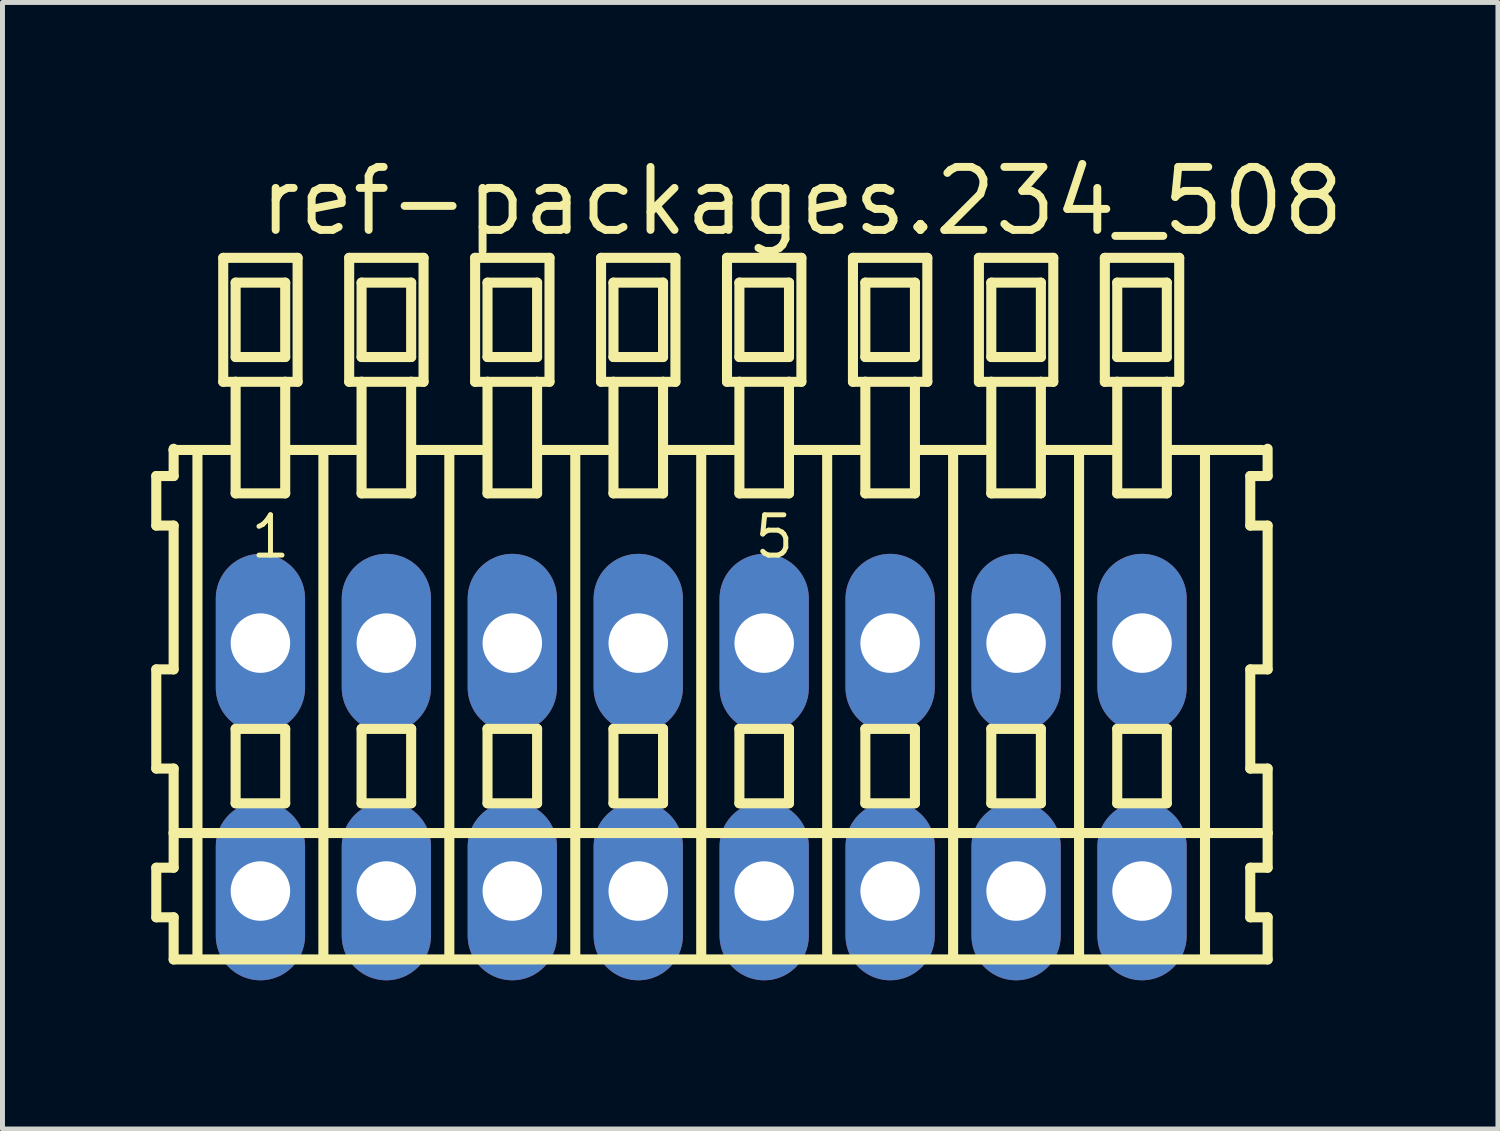
<source format=kicad_pcb>
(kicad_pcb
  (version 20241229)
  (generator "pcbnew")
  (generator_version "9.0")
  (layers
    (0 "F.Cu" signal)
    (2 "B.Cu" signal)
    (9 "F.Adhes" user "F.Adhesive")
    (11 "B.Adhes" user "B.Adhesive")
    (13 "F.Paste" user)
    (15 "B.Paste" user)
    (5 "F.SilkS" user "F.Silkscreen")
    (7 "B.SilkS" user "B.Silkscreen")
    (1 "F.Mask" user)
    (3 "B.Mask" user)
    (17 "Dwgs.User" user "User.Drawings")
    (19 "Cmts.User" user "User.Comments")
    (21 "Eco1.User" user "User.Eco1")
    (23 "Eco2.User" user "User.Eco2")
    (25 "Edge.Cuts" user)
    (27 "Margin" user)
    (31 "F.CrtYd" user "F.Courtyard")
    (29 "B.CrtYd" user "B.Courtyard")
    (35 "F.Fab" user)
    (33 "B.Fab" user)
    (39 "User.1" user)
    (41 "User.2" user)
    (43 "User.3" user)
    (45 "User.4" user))
  (footprint "ref-packages.234_508"
    (layer "F.Cu")
    (at 11.092 12.42)
    (property "Reference" "ref-packages.234_508" (at -8.99 -10.67 0) (layer "F.SilkS") (effects (font (size 1.27 1.27) (thickness 0.16)) (justify left bottom)))
    (attr through_hole)
    (fp_line (start -10.99 -5.87) (end -10.99 -4.87) (stroke (width 0.203) (type default)) (layer "F.SilkS"))
    (fp_line (start -10.99 -4.87) (end -10.64 -4.87) (stroke (width 0.203) (type default)) (layer "F.SilkS"))
    (fp_line (start -10.99 -1.97) (end -10.99 0.03) (stroke (width 0.203) (type default)) (layer "F.SilkS"))
    (fp_line (start -10.99 0.03) (end -10.64 0.03) (stroke (width 0.203) (type default)) (layer "F.SilkS"))
    (fp_line (start -10.99 2.03) (end -10.99 3.03) (stroke (width 0.203) (type default)) (layer "F.SilkS"))
    (fp_line (start -10.99 3.03) (end -10.64 3.03) (stroke (width 0.203) (type default)) (layer "F.SilkS"))
    (fp_line (start -10.64 -6.42) (end -10.64 -6.395) (stroke (width 0.203) (type default)) (layer "F.SilkS"))
    (fp_line (start -10.64 -6.395) (end -10.64 -5.87) (stroke (width 0.203) (type default)) (layer "F.SilkS"))
    (fp_line (start -10.64 -6.395) (end -9.515 -6.395) (stroke (width 0.203) (type default)) (layer "F.SilkS"))
    (fp_line (start -10.64 -5.87) (end -10.99 -5.87) (stroke (width 0.203) (type default)) (layer "F.SilkS"))
    (fp_line (start -10.64 -4.87) (end -10.64 -1.97) (stroke (width 0.203) (type default)) (layer "F.SilkS"))
    (fp_line (start -10.64 -1.97) (end -10.99 -1.97) (stroke (width 0.203) (type default)) (layer "F.SilkS"))
    (fp_line (start -10.64 0.03) (end -10.64 1.33) (stroke (width 0.203) (type default)) (layer "F.SilkS"))
    (fp_line (start -10.64 1.33) (end -10.64 2.03) (stroke (width 0.203) (type default)) (layer "F.SilkS"))
    (fp_line (start -10.64 1.33) (end 11.423 1.33) (stroke (width 0.203) (type default)) (layer "F.SilkS"))
    (fp_line (start -10.64 2.03) (end -10.99 2.03) (stroke (width 0.203) (type default)) (layer "F.SilkS"))
    (fp_line (start -10.64 3.03) (end -10.64 3.88) (stroke (width 0.203) (type default)) (layer "F.SilkS"))
    (fp_line (start -10.64 3.88) (end 11.423 3.88) (stroke (width 0.203) (type default)) (layer "F.SilkS"))
    (fp_line (start -10.16 3.83) (end -10.16 -6.33) (stroke (width 0.203) (type default)) (layer "F.SilkS"))
    (fp_line (start -9.64 -10.27) (end -9.64 -7.77) (stroke (width 0.203) (type default)) (layer "F.SilkS"))
    (fp_line (start -9.64 -7.77) (end -9.39 -7.77) (stroke (width 0.203) (type default)) (layer "F.SilkS"))
    (fp_line (start -9.39 -9.77) (end -9.39 -8.27) (stroke (width 0.203) (type default)) (layer "F.SilkS"))
    (fp_line (start -9.39 -8.27) (end -8.39 -8.27) (stroke (width 0.203) (type default)) (layer "F.SilkS"))
    (fp_line (start -9.39 -7.77) (end -9.39 -5.52) (stroke (width 0.203) (type default)) (layer "F.SilkS"))
    (fp_line (start -9.39 -7.77) (end -8.39 -7.77) (stroke (width 0.203) (type default)) (layer "F.SilkS"))
    (fp_line (start -9.39 -5.52) (end -8.39 -5.52) (stroke (width 0.203) (type default)) (layer "F.SilkS"))
    (fp_line (start -9.39 -0.77) (end -9.39 0.73) (stroke (width 0.203) (type default)) (layer "F.SilkS"))
    (fp_line (start -9.39 0.73) (end -8.39 0.73) (stroke (width 0.203) (type default)) (layer "F.SilkS"))
    (fp_line (start -8.39 -9.77) (end -9.39 -9.77) (stroke (width 0.203) (type default)) (layer "F.SilkS"))
    (fp_line (start -8.39 -8.27) (end -8.39 -9.77) (stroke (width 0.203) (type default)) (layer "F.SilkS"))
    (fp_line (start -8.39 -7.77) (end -8.14 -7.77) (stroke (width 0.203) (type default)) (layer "F.SilkS"))
    (fp_line (start -8.39 -5.52) (end -8.39 -7.77) (stroke (width 0.203) (type default)) (layer "F.SilkS"))
    (fp_line (start -8.39 -0.77) (end -9.39 -0.77) (stroke (width 0.203) (type default)) (layer "F.SilkS"))
    (fp_line (start -8.39 0.73) (end -8.39 -0.77) (stroke (width 0.203) (type default)) (layer "F.SilkS"))
    (fp_line (start -8.354 -6.395) (end -6.975 -6.395) (stroke (width 0.203) (type default)) (layer "F.SilkS"))
    (fp_line (start -8.14 -10.27) (end -9.64 -10.27) (stroke (width 0.203) (type default)) (layer "F.SilkS"))
    (fp_line (start -8.14 -7.77) (end -8.14 -10.27) (stroke (width 0.203) (type default)) (layer "F.SilkS"))
    (fp_line (start -7.62 3.83) (end -7.62 -6.33) (stroke (width 0.203) (type default)) (layer "F.SilkS"))
    (fp_line (start -7.1 -10.27) (end -7.1 -7.77) (stroke (width 0.203) (type default)) (layer "F.SilkS"))
    (fp_line (start -7.1 -7.77) (end -6.85 -7.77) (stroke (width 0.203) (type default)) (layer "F.SilkS"))
    (fp_line (start -6.85 -9.77) (end -6.85 -8.27) (stroke (width 0.203) (type default)) (layer "F.SilkS"))
    (fp_line (start -6.85 -8.27) (end -5.85 -8.27) (stroke (width 0.203) (type default)) (layer "F.SilkS"))
    (fp_line (start -6.85 -7.77) (end -6.85 -5.52) (stroke (width 0.203) (type default)) (layer "F.SilkS"))
    (fp_line (start -6.85 -7.77) (end -5.85 -7.77) (stroke (width 0.203) (type default)) (layer "F.SilkS"))
    (fp_line (start -6.85 -5.52) (end -5.85 -5.52) (stroke (width 0.203) (type default)) (layer "F.SilkS"))
    (fp_line (start -6.85 -0.77) (end -6.85 0.73) (stroke (width 0.203) (type default)) (layer "F.SilkS"))
    (fp_line (start -6.85 0.73) (end -5.85 0.73) (stroke (width 0.203) (type default)) (layer "F.SilkS"))
    (fp_line (start -5.85 -9.77) (end -6.85 -9.77) (stroke (width 0.203) (type default)) (layer "F.SilkS"))
    (fp_line (start -5.85 -8.27) (end -5.85 -9.77) (stroke (width 0.203) (type default)) (layer "F.SilkS"))
    (fp_line (start -5.85 -7.77) (end -5.6 -7.77) (stroke (width 0.203) (type default)) (layer "F.SilkS"))
    (fp_line (start -5.85 -5.52) (end -5.85 -7.77) (stroke (width 0.203) (type default)) (layer "F.SilkS"))
    (fp_line (start -5.85 -0.77) (end -6.85 -0.77) (stroke (width 0.203) (type default)) (layer "F.SilkS"))
    (fp_line (start -5.85 0.73) (end -5.85 -0.77) (stroke (width 0.203) (type default)) (layer "F.SilkS"))
    (fp_line (start -5.814 -6.395) (end -4.435 -6.395) (stroke (width 0.203) (type default)) (layer "F.SilkS"))
    (fp_line (start -5.6 -10.27) (end -7.1 -10.27) (stroke (width 0.203) (type default)) (layer "F.SilkS"))
    (fp_line (start -5.6 -7.77) (end -5.6 -10.27) (stroke (width 0.203) (type default)) (layer "F.SilkS"))
    (fp_line (start -5.08 3.83) (end -5.08 -6.33) (stroke (width 0.203) (type default)) (layer "F.SilkS"))
    (fp_line (start -4.56 -10.27) (end -4.56 -7.77) (stroke (width 0.203) (type default)) (layer "F.SilkS"))
    (fp_line (start -4.56 -7.77) (end -4.31 -7.77) (stroke (width 0.203) (type default)) (layer "F.SilkS"))
    (fp_line (start -4.31 -9.77) (end -4.31 -8.27) (stroke (width 0.203) (type default)) (layer "F.SilkS"))
    (fp_line (start -4.31 -8.27) (end -3.31 -8.27) (stroke (width 0.203) (type default)) (layer "F.SilkS"))
    (fp_line (start -4.31 -7.77) (end -4.31 -5.52) (stroke (width 0.203) (type default)) (layer "F.SilkS"))
    (fp_line (start -4.31 -7.77) (end -3.31 -7.77) (stroke (width 0.203) (type default)) (layer "F.SilkS"))
    (fp_line (start -4.31 -5.52) (end -3.31 -5.52) (stroke (width 0.203) (type default)) (layer "F.SilkS"))
    (fp_line (start -4.31 -0.77) (end -4.31 0.73) (stroke (width 0.203) (type default)) (layer "F.SilkS"))
    (fp_line (start -4.31 0.73) (end -3.31 0.73) (stroke (width 0.203) (type default)) (layer "F.SilkS"))
    (fp_line (start -3.31 -9.77) (end -4.31 -9.77) (stroke (width 0.203) (type default)) (layer "F.SilkS"))
    (fp_line (start -3.31 -8.27) (end -3.31 -9.77) (stroke (width 0.203) (type default)) (layer "F.SilkS"))
    (fp_line (start -3.31 -7.77) (end -3.06 -7.77) (stroke (width 0.203) (type default)) (layer "F.SilkS"))
    (fp_line (start -3.31 -5.52) (end -3.31 -7.77) (stroke (width 0.203) (type default)) (layer "F.SilkS"))
    (fp_line (start -3.31 -0.77) (end -4.31 -0.77) (stroke (width 0.203) (type default)) (layer "F.SilkS"))
    (fp_line (start -3.31 0.73) (end -3.31 -0.77) (stroke (width 0.203) (type default)) (layer "F.SilkS"))
    (fp_line (start -3.274 -6.395) (end -1.895 -6.395) (stroke (width 0.203) (type default)) (layer "F.SilkS"))
    (fp_line (start -3.06 -10.27) (end -4.56 -10.27) (stroke (width 0.203) (type default)) (layer "F.SilkS"))
    (fp_line (start -3.06 -7.77) (end -3.06 -10.27) (stroke (width 0.203) (type default)) (layer "F.SilkS"))
    (fp_line (start -2.54 3.83) (end -2.54 -6.33) (stroke (width 0.203) (type default)) (layer "F.SilkS"))
    (fp_line (start -2.02 -10.27) (end -2.02 -7.77) (stroke (width 0.203) (type default)) (layer "F.SilkS"))
    (fp_line (start -2.02 -7.77) (end -1.77 -7.77) (stroke (width 0.203) (type default)) (layer "F.SilkS"))
    (fp_line (start -1.77 -9.77) (end -1.77 -8.27) (stroke (width 0.203) (type default)) (layer "F.SilkS"))
    (fp_line (start -1.77 -8.27) (end -0.77 -8.27) (stroke (width 0.203) (type default)) (layer "F.SilkS"))
    (fp_line (start -1.77 -7.77) (end -1.77 -5.52) (stroke (width 0.203) (type default)) (layer "F.SilkS"))
    (fp_line (start -1.77 -7.77) (end -0.77 -7.77) (stroke (width 0.203) (type default)) (layer "F.SilkS"))
    (fp_line (start -1.77 -5.52) (end -0.77 -5.52) (stroke (width 0.203) (type default)) (layer "F.SilkS"))
    (fp_line (start -1.77 -0.77) (end -1.77 0.73) (stroke (width 0.203) (type default)) (layer "F.SilkS"))
    (fp_line (start -1.77 0.73) (end -0.77 0.73) (stroke (width 0.203) (type default)) (layer "F.SilkS"))
    (fp_line (start -0.77 -9.77) (end -1.77 -9.77) (stroke (width 0.203) (type default)) (layer "F.SilkS"))
    (fp_line (start -0.77 -8.27) (end -0.77 -9.77) (stroke (width 0.203) (type default)) (layer "F.SilkS"))
    (fp_line (start -0.77 -7.77) (end -0.52 -7.77) (stroke (width 0.203) (type default)) (layer "F.SilkS"))
    (fp_line (start -0.77 -5.52) (end -0.77 -7.77) (stroke (width 0.203) (type default)) (layer "F.SilkS"))
    (fp_line (start -0.77 -0.77) (end -1.77 -0.77) (stroke (width 0.203) (type default)) (layer "F.SilkS"))
    (fp_line (start -0.77 0.73) (end -0.77 -0.77) (stroke (width 0.203) (type default)) (layer "F.SilkS"))
    (fp_line (start -0.734 -6.395) (end 0.645 -6.395) (stroke (width 0.203) (type default)) (layer "F.SilkS"))
    (fp_line (start -0.52 -10.27) (end -2.02 -10.27) (stroke (width 0.203) (type default)) (layer "F.SilkS"))
    (fp_line (start -0.52 -7.77) (end -0.52 -10.27) (stroke (width 0.203) (type default)) (layer "F.SilkS"))
    (fp_line (start 0 3.83) (end 0 -6.33) (stroke (width 0.203) (type default)) (layer "F.SilkS"))
    (fp_line (start 0.52 -10.27) (end 0.52 -7.77) (stroke (width 0.203) (type default)) (layer "F.SilkS"))
    (fp_line (start 0.52 -7.77) (end 0.77 -7.77) (stroke (width 0.203) (type default)) (layer "F.SilkS"))
    (fp_line (start 0.77 -9.77) (end 0.77 -8.27) (stroke (width 0.203) (type default)) (layer "F.SilkS"))
    (fp_line (start 0.77 -8.27) (end 1.77 -8.27) (stroke (width 0.203) (type default)) (layer "F.SilkS"))
    (fp_line (start 0.77 -7.77) (end 0.77 -5.52) (stroke (width 0.203) (type default)) (layer "F.SilkS"))
    (fp_line (start 0.77 -7.77) (end 1.77 -7.77) (stroke (width 0.203) (type default)) (layer "F.SilkS"))
    (fp_line (start 0.77 -5.52) (end 1.77 -5.52) (stroke (width 0.203) (type default)) (layer "F.SilkS"))
    (fp_line (start 0.77 -0.77) (end 0.77 0.73) (stroke (width 0.203) (type default)) (layer "F.SilkS"))
    (fp_line (start 0.77 0.73) (end 1.77 0.73) (stroke (width 0.203) (type default)) (layer "F.SilkS"))
    (fp_line (start 1.77 -9.77) (end 0.77 -9.77) (stroke (width 0.203) (type default)) (layer "F.SilkS"))
    (fp_line (start 1.77 -8.27) (end 1.77 -9.77) (stroke (width 0.203) (type default)) (layer "F.SilkS"))
    (fp_line (start 1.77 -7.77) (end 2.02 -7.77) (stroke (width 0.203) (type default)) (layer "F.SilkS"))
    (fp_line (start 1.77 -5.52) (end 1.77 -7.77) (stroke (width 0.203) (type default)) (layer "F.SilkS"))
    (fp_line (start 1.77 -0.77) (end 0.77 -0.77) (stroke (width 0.203) (type default)) (layer "F.SilkS"))
    (fp_line (start 1.77 0.73) (end 1.77 -0.77) (stroke (width 0.203) (type default)) (layer "F.SilkS"))
    (fp_line (start 1.806 -6.395) (end 3.185 -6.395) (stroke (width 0.203) (type default)) (layer "F.SilkS"))
    (fp_line (start 2.02 -10.27) (end 0.52 -10.27) (stroke (width 0.203) (type default)) (layer "F.SilkS"))
    (fp_line (start 2.02 -7.77) (end 2.02 -10.27) (stroke (width 0.203) (type default)) (layer "F.SilkS"))
    (fp_line (start 2.54 3.83) (end 2.54 -6.33) (stroke (width 0.203) (type default)) (layer "F.SilkS"))
    (fp_line (start 3.06 -10.27) (end 3.06 -7.77) (stroke (width 0.203) (type default)) (layer "F.SilkS"))
    (fp_line (start 3.06 -7.77) (end 3.31 -7.77) (stroke (width 0.203) (type default)) (layer "F.SilkS"))
    (fp_line (start 3.31 -9.77) (end 3.31 -8.27) (stroke (width 0.203) (type default)) (layer "F.SilkS"))
    (fp_line (start 3.31 -8.27) (end 4.31 -8.27) (stroke (width 0.203) (type default)) (layer "F.SilkS"))
    (fp_line (start 3.31 -7.77) (end 3.31 -5.52) (stroke (width 0.203) (type default)) (layer "F.SilkS"))
    (fp_line (start 3.31 -7.77) (end 4.31 -7.77) (stroke (width 0.203) (type default)) (layer "F.SilkS"))
    (fp_line (start 3.31 -5.52) (end 4.31 -5.52) (stroke (width 0.203) (type default)) (layer "F.SilkS"))
    (fp_line (start 3.31 -0.77) (end 3.31 0.73) (stroke (width 0.203) (type default)) (layer "F.SilkS"))
    (fp_line (start 3.31 0.73) (end 4.31 0.73) (stroke (width 0.203) (type default)) (layer "F.SilkS"))
    (fp_line (start 4.31 -9.77) (end 3.31 -9.77) (stroke (width 0.203) (type default)) (layer "F.SilkS"))
    (fp_line (start 4.31 -8.27) (end 4.31 -9.77) (stroke (width 0.203) (type default)) (layer "F.SilkS"))
    (fp_line (start 4.31 -7.77) (end 4.56 -7.77) (stroke (width 0.203) (type default)) (layer "F.SilkS"))
    (fp_line (start 4.31 -5.52) (end 4.31 -7.77) (stroke (width 0.203) (type default)) (layer "F.SilkS"))
    (fp_line (start 4.31 -0.77) (end 3.31 -0.77) (stroke (width 0.203) (type default)) (layer "F.SilkS"))
    (fp_line (start 4.31 0.73) (end 4.31 -0.77) (stroke (width 0.203) (type default)) (layer "F.SilkS"))
    (fp_line (start 4.346 -6.395) (end 5.725 -6.395) (stroke (width 0.203) (type default)) (layer "F.SilkS"))
    (fp_line (start 4.56 -10.27) (end 3.06 -10.27) (stroke (width 0.203) (type default)) (layer "F.SilkS"))
    (fp_line (start 4.56 -7.77) (end 4.56 -10.27) (stroke (width 0.203) (type default)) (layer "F.SilkS"))
    (fp_line (start 5.08 3.83) (end 5.08 -6.33) (stroke (width 0.203) (type default)) (layer "F.SilkS"))
    (fp_line (start 5.6 -10.27) (end 5.6 -7.77) (stroke (width 0.203) (type default)) (layer "F.SilkS"))
    (fp_line (start 5.6 -7.77) (end 5.85 -7.77) (stroke (width 0.203) (type default)) (layer "F.SilkS"))
    (fp_line (start 5.85 -9.77) (end 5.85 -8.27) (stroke (width 0.203) (type default)) (layer "F.SilkS"))
    (fp_line (start 5.85 -8.27) (end 6.85 -8.27) (stroke (width 0.203) (type default)) (layer "F.SilkS"))
    (fp_line (start 5.85 -7.77) (end 5.85 -5.52) (stroke (width 0.203) (type default)) (layer "F.SilkS"))
    (fp_line (start 5.85 -7.77) (end 6.85 -7.77) (stroke (width 0.203) (type default)) (layer "F.SilkS"))
    (fp_line (start 5.85 -5.52) (end 6.85 -5.52) (stroke (width 0.203) (type default)) (layer "F.SilkS"))
    (fp_line (start 5.85 -0.77) (end 5.85 0.73) (stroke (width 0.203) (type default)) (layer "F.SilkS"))
    (fp_line (start 5.85 0.73) (end 6.85 0.73) (stroke (width 0.203) (type default)) (layer "F.SilkS"))
    (fp_line (start 6.85 -9.77) (end 5.85 -9.77) (stroke (width 0.203) (type default)) (layer "F.SilkS"))
    (fp_line (start 6.85 -8.27) (end 6.85 -9.77) (stroke (width 0.203) (type default)) (layer "F.SilkS"))
    (fp_line (start 6.85 -7.77) (end 7.1 -7.77) (stroke (width 0.203) (type default)) (layer "F.SilkS"))
    (fp_line (start 6.85 -5.52) (end 6.85 -7.77) (stroke (width 0.203) (type default)) (layer "F.SilkS"))
    (fp_line (start 6.85 -0.77) (end 5.85 -0.77) (stroke (width 0.203) (type default)) (layer "F.SilkS"))
    (fp_line (start 6.85 0.73) (end 6.85 -0.77) (stroke (width 0.203) (type default)) (layer "F.SilkS"))
    (fp_line (start 6.886 -6.395) (end 8.265 -6.395) (stroke (width 0.203) (type default)) (layer "F.SilkS"))
    (fp_line (start 7.1 -10.27) (end 5.6 -10.27) (stroke (width 0.203) (type default)) (layer "F.SilkS"))
    (fp_line (start 7.1 -7.77) (end 7.1 -10.27) (stroke (width 0.203) (type default)) (layer "F.SilkS"))
    (fp_line (start 7.62 3.83) (end 7.62 -6.33) (stroke (width 0.203) (type default)) (layer "F.SilkS"))
    (fp_line (start 8.14 -10.27) (end 8.14 -7.77) (stroke (width 0.203) (type default)) (layer "F.SilkS"))
    (fp_line (start 8.14 -7.77) (end 8.39 -7.77) (stroke (width 0.203) (type default)) (layer "F.SilkS"))
    (fp_line (start 8.39 -9.77) (end 8.39 -8.27) (stroke (width 0.203) (type default)) (layer "F.SilkS"))
    (fp_line (start 8.39 -8.27) (end 9.39 -8.27) (stroke (width 0.203) (type default)) (layer "F.SilkS"))
    (fp_line (start 8.39 -7.77) (end 8.39 -5.52) (stroke (width 0.203) (type default)) (layer "F.SilkS"))
    (fp_line (start 8.39 -7.77) (end 9.39 -7.77) (stroke (width 0.203) (type default)) (layer "F.SilkS"))
    (fp_line (start 8.39 -5.52) (end 9.39 -5.52) (stroke (width 0.203) (type default)) (layer "F.SilkS"))
    (fp_line (start 8.39 -0.77) (end 8.39 0.73) (stroke (width 0.203) (type default)) (layer "F.SilkS"))
    (fp_line (start 8.39 0.73) (end 9.39 0.73) (stroke (width 0.203) (type default)) (layer "F.SilkS"))
    (fp_line (start 9.39 -9.77) (end 8.39 -9.77) (stroke (width 0.203) (type default)) (layer "F.SilkS"))
    (fp_line (start 9.39 -8.27) (end 9.39 -9.77) (stroke (width 0.203) (type default)) (layer "F.SilkS"))
    (fp_line (start 9.39 -7.77) (end 9.64 -7.77) (stroke (width 0.203) (type default)) (layer "F.SilkS"))
    (fp_line (start 9.39 -5.52) (end 9.39 -7.77) (stroke (width 0.203) (type default)) (layer "F.SilkS"))
    (fp_line (start 9.39 -0.77) (end 8.39 -0.77) (stroke (width 0.203) (type default)) (layer "F.SilkS"))
    (fp_line (start 9.39 0.73) (end 9.39 -0.77) (stroke (width 0.203) (type default)) (layer "F.SilkS"))
    (fp_line (start 9.426 -6.395) (end 11.313 -6.395) (stroke (width 0.203) (type default)) (layer "F.SilkS"))
    (fp_line (start 9.64 -10.27) (end 8.14 -10.27) (stroke (width 0.203) (type default)) (layer "F.SilkS"))
    (fp_line (start 9.64 -7.77) (end 9.64 -10.27) (stroke (width 0.203) (type default)) (layer "F.SilkS"))
    (fp_line (start 10.16 3.83) (end 10.16 -6.33) (stroke (width 0.203) (type default)) (layer "F.SilkS"))
    (fp_line (start 11.073 -5.87) (end 11.073 -4.87) (stroke (width 0.203) (type default)) (layer "F.SilkS"))
    (fp_line (start 11.073 -4.87) (end 11.423 -4.87) (stroke (width 0.203) (type default)) (layer "F.SilkS"))
    (fp_line (start 11.073 -1.97) (end 11.073 0.03) (stroke (width 0.203) (type default)) (layer "F.SilkS"))
    (fp_line (start 11.073 0.03) (end 11.423 0.03) (stroke (width 0.203) (type default)) (layer "F.SilkS"))
    (fp_line (start 11.073 2.03) (end 11.073 3.03) (stroke (width 0.203) (type default)) (layer "F.SilkS"))
    (fp_line (start 11.073 3.03) (end 11.423 3.03) (stroke (width 0.203) (type default)) (layer "F.SilkS"))
    (fp_line (start 11.423 -5.87) (end 11.073 -5.87) (stroke (width 0.203) (type default)) (layer "F.SilkS"))
    (fp_line (start 11.423 -5.87) (end 11.423 -6.42) (stroke (width 0.203) (type default)) (layer "F.SilkS"))
    (fp_line (start 11.423 -1.97) (end 11.073 -1.97) (stroke (width 0.203) (type default)) (layer "F.SilkS"))
    (fp_line (start 11.423 -1.97) (end 11.423 -4.87) (stroke (width 0.203) (type default)) (layer "F.SilkS"))
    (fp_line (start 11.423 1.33) (end 11.423 0.03) (stroke (width 0.203) (type default)) (layer "F.SilkS"))
    (fp_line (start 11.423 2.03) (end 11.073 2.03) (stroke (width 0.203) (type default)) (layer "F.SilkS"))
    (fp_line (start 11.423 2.03) (end 11.423 1.33) (stroke (width 0.203) (type default)) (layer "F.SilkS"))
    (fp_line (start 11.423 3.88) (end 11.423 3.03) (stroke (width 0.203) (type default)) (layer "F.SilkS"))
    (fp_text user "1" (at -9.14 -4.17 0) (layer "F.SilkS") (effects (font (size 0.813 0.813) (thickness 0.1)) (justify left bottom)))
    (fp_text user "5" (at 1.02 -4.17 0) (layer "F.SilkS") (effects (font (size 0.813 0.813) (thickness 0.1)) (justify left bottom)))
    (pad "A1" thru_hole oval (at -8.89 -2.5 90) (size 3.6 1.8) (drill 1.2) (layers "*.Cu" "*.Mask"))
    (pad "A2" thru_hole oval (at -6.35 -2.5 90) (size 3.6 1.8) (drill 1.2) (layers "*.Cu" "*.Mask"))
    (pad "A3" thru_hole oval (at -3.81 -2.5 90) (size 3.6 1.8) (drill 1.2) (layers "*.Cu" "*.Mask"))
    (pad "A4" thru_hole oval (at -1.27 -2.5 90) (size 3.6 1.8) (drill 1.2) (layers "*.Cu" "*.Mask"))
    (pad "A5" thru_hole oval (at 1.27 -2.5 90) (size 3.6 1.8) (drill 1.2) (layers "*.Cu" "*.Mask"))
    (pad "A6" thru_hole oval (at 3.81 -2.5 90) (size 3.6 1.8) (drill 1.2) (layers "*.Cu" "*.Mask"))
    (pad "A7" thru_hole oval (at 6.35 -2.5 90) (size 3.6 1.8) (drill 1.2) (layers "*.Cu" "*.Mask"))
    (pad "A8" thru_hole oval (at 8.89 -2.5 90) (size 3.6 1.8) (drill 1.2) (layers "*.Cu" "*.Mask"))
    (pad "B1" thru_hole oval (at -8.89 2.5 90) (size 3.6 1.8) (drill 1.2) (layers "*.Cu" "*.Mask"))
    (pad "B2" thru_hole oval (at -6.35 2.5 90) (size 3.6 1.8) (drill 1.2) (layers "*.Cu" "*.Mask"))
    (pad "B3" thru_hole oval (at -3.81 2.5 90) (size 3.6 1.8) (drill 1.2) (layers "*.Cu" "*.Mask"))
    (pad "B4" thru_hole oval (at -1.27 2.5 90) (size 3.6 1.8) (drill 1.2) (layers "*.Cu" "*.Mask"))
    (pad "B5" thru_hole oval (at 1.27 2.5 90) (size 3.6 1.8) (drill 1.2) (layers "*.Cu" "*.Mask"))
    (pad "B6" thru_hole oval (at 3.81 2.5 90) (size 3.6 1.8) (drill 1.2) (layers "*.Cu" "*.Mask"))
    (pad "B7" thru_hole oval (at 6.35 2.5 90) (size 3.6 1.8) (drill 1.2) (layers "*.Cu" "*.Mask"))
    (pad "B8" thru_hole oval (at 8.89 2.5 90) (size 3.6 1.8) (drill 1.2) (layers "*.Cu" "*.Mask")))
  (gr_rect
    (start -3 -3)
    (end 27.16 19.72)
    (stroke (width 0.1) (type default))
    (fill no)
    (layer "Edge.Cuts")))
</source>
